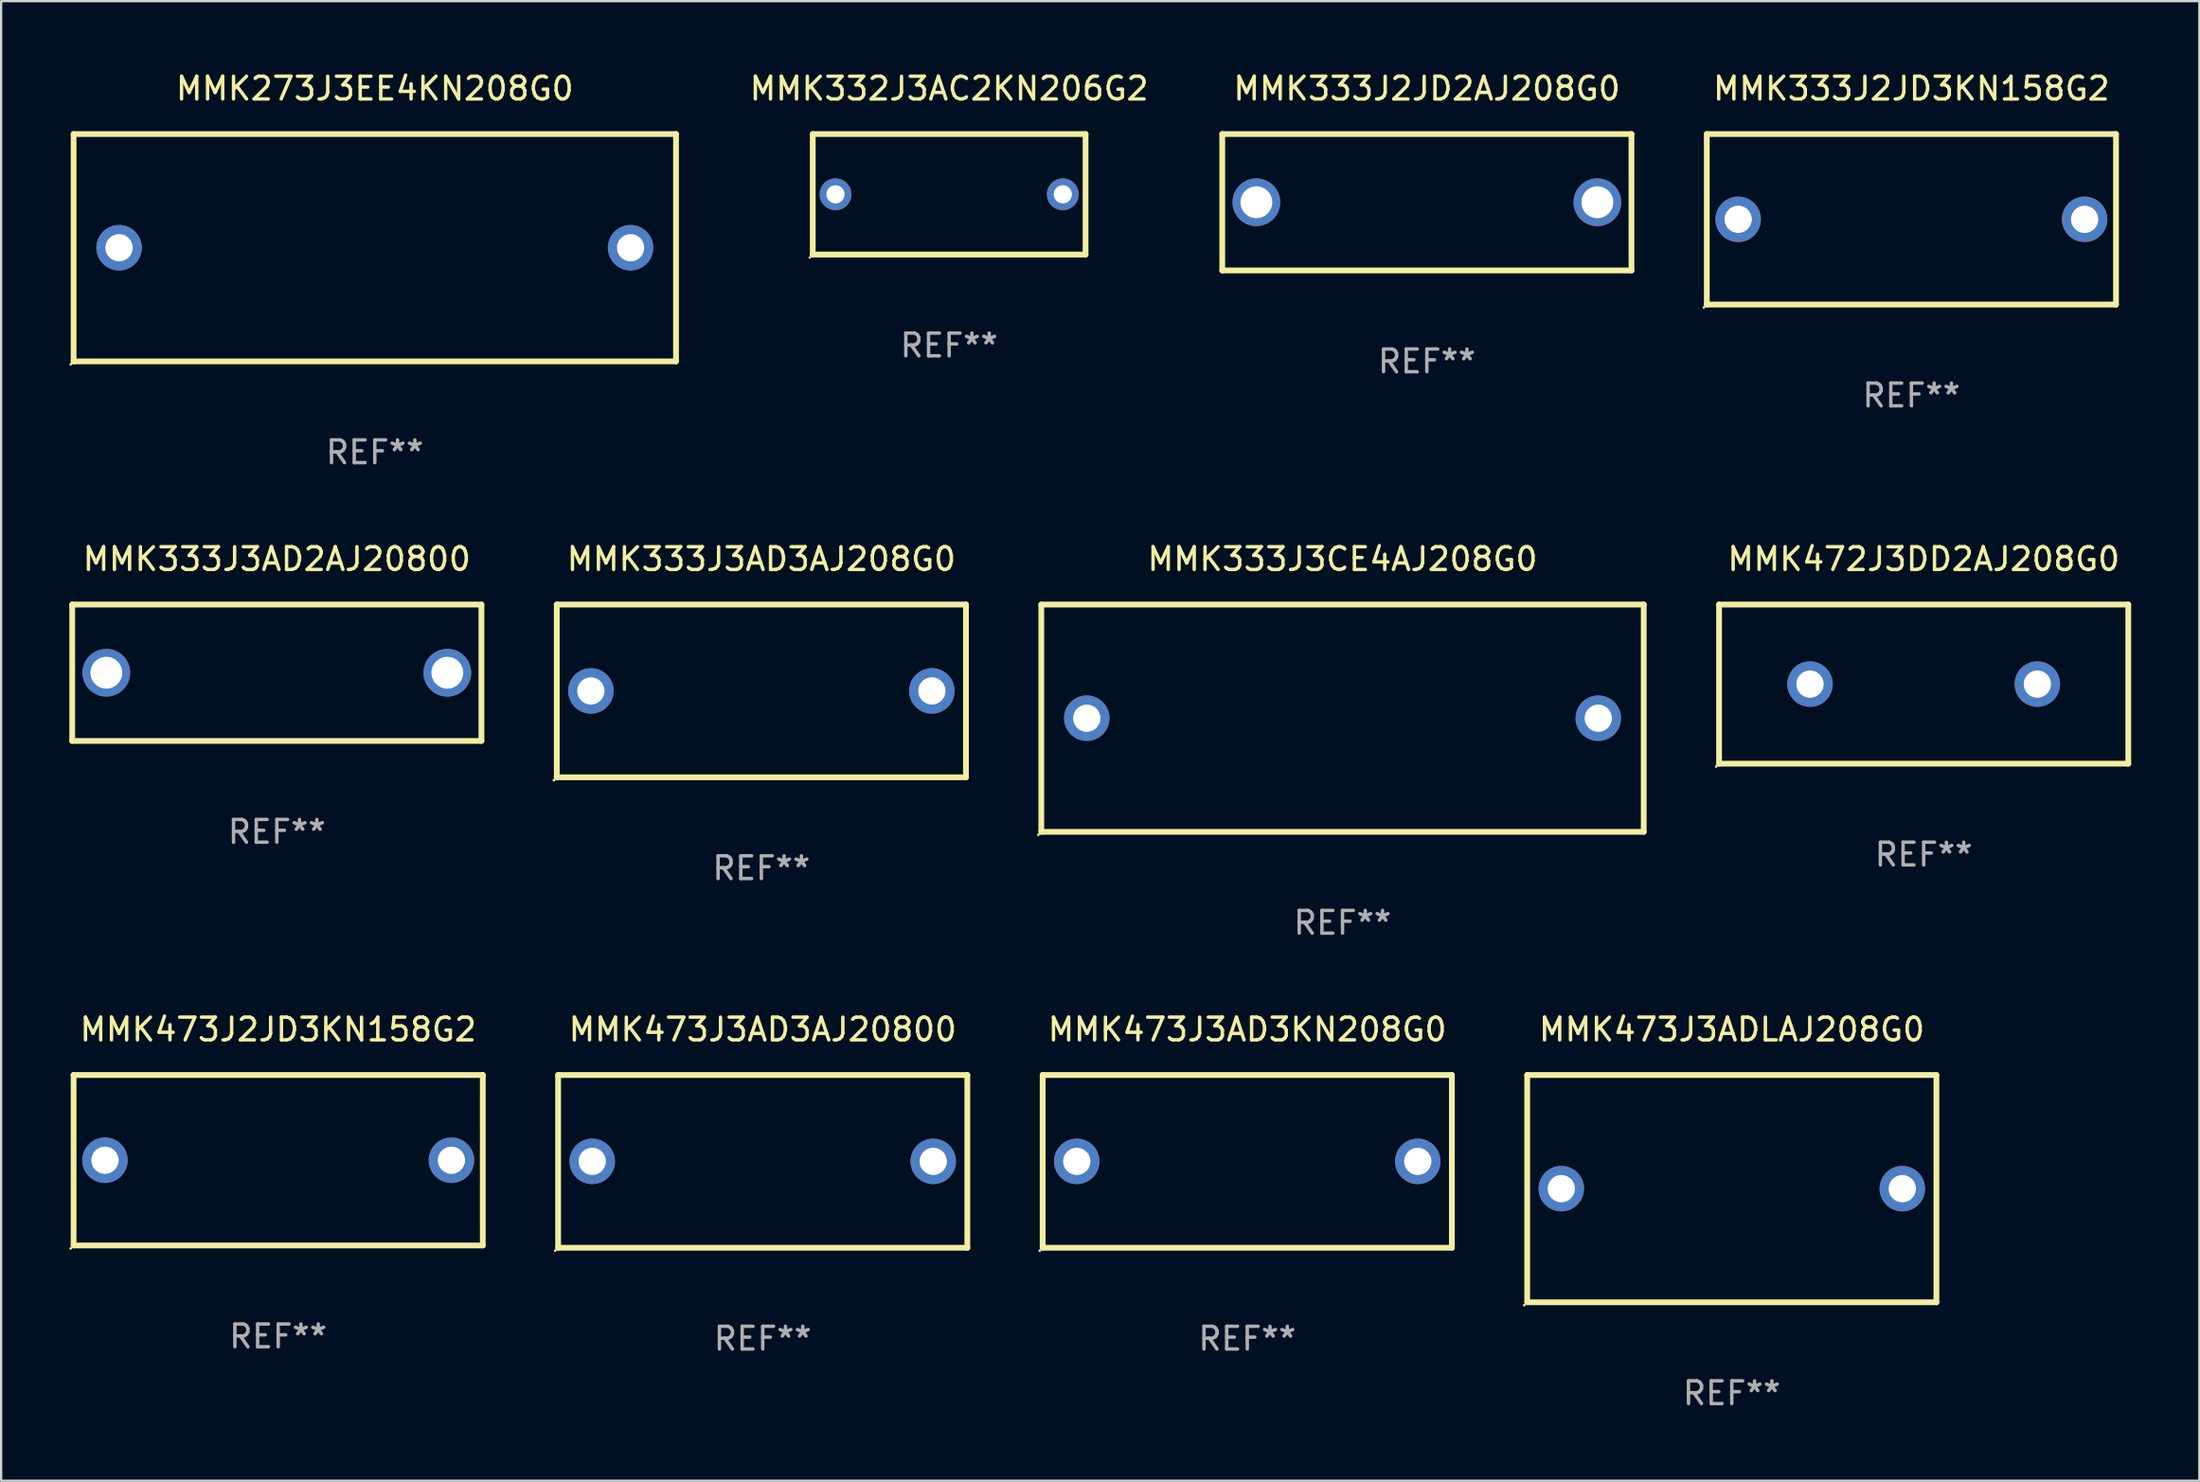
<source format=kicad_pcb>
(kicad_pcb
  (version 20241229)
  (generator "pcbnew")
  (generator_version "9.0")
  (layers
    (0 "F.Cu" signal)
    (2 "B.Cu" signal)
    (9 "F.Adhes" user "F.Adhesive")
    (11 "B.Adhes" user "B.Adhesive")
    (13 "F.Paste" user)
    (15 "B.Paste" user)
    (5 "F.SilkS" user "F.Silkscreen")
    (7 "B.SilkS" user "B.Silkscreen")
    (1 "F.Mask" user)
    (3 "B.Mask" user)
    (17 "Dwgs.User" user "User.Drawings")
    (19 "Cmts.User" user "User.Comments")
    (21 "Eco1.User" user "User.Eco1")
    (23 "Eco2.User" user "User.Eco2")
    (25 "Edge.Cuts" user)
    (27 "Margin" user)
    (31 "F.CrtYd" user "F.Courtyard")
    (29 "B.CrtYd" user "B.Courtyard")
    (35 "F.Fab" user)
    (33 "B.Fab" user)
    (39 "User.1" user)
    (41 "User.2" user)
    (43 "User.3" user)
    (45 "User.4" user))
  (footprint "MMK273J3EE4KN208G0"
    (layer "F.Cu")
    (at 13.437 7.848)
    (property "Reference" "MMK273J3EE4KN208G0" (at 0 -7 0) (layer "F.SilkS") (effects (font (size 1 1) (thickness 0.15))))
    (attr through_hole)
    (fp_line (start -13.25 -5) (end 13.25 -5) (stroke (width 0.254) (type solid)) (layer "F.SilkS"))
    (fp_line (start -13.25 5) (end -13.25 -5) (stroke (width 0.254) (type solid)) (layer "F.SilkS"))
    (fp_line (start 13.25 -5) (end 13.25 5) (stroke (width 0.254) (type solid)) (layer "F.SilkS"))
    (fp_line (start 13.25 5) (end -13.25 5) (stroke (width 0.254) (type solid)) (layer "F.SilkS"))
    (fp_circle (center -13.377 5.127) (end -13.347 5.127) (stroke (width 0.06) (type solid)) (fill no) (layer "F.SilkS"))
    (fp_text user "REF**" (at 0 9 0) (layer "F.Fab") (effects (font (size 1 1) (thickness 0.15))))
    (pad "1" thru_hole circle (at -11.25 0) (size 2 2) (drill 1.2) (layers "*.Cu" "*.Mask"))
    (pad "2" thru_hole circle (at 11.25 0) (size 2 2) (drill 1.2) (layers "*.Cu" "*.Mask")))
  (footprint "MMK473J2JD3KN158G2"
    (layer "F.Cu")
    (at 9.187 47.991)
    (property "Reference" "MMK473J2JD3KN158G2" (at 0 -5.75 0) (layer "F.SilkS") (effects (font (size 1 1) (thickness 0.15))))
    (attr through_hole)
    (fp_line (start -9 -3.75) (end 9 -3.75) (stroke (width 0.254) (type solid)) (layer "F.SilkS"))
    (fp_line (start -9 3.75) (end -9 -3.75) (stroke (width 0.254) (type solid)) (layer "F.SilkS"))
    (fp_line (start 9 -3.75) (end 9 3.75) (stroke (width 0.254) (type solid)) (layer "F.SilkS"))
    (fp_line (start 9 3.75) (end -9 3.75) (stroke (width 0.254) (type solid)) (layer "F.SilkS"))
    (fp_circle (center -9.127 3.877) (end -9.097 3.877) (stroke (width 0.06) (type solid)) (fill no) (layer "F.SilkS"))
    (fp_text user "REF**" (at 0 7.75 0) (layer "F.Fab") (effects (font (size 1 1) (thickness 0.15))))
    (pad "1" thru_hole circle (at -7.62 0) (size 2 2) (drill 1.2) (layers "*.Cu" "*.Mask"))
    (pad "2" thru_hole circle (at 7.62 0) (size 2 2) (drill 1.2) (layers "*.Cu" "*.Mask")))
  (footprint "MMK333J3CE4AJ208G0"
    (layer "F.Cu")
    (at 56.005 28.545)
    (property "Reference" "MMK333J3CE4AJ208G0" (at 0 -7 0) (layer "F.SilkS") (effects (font (size 1 1) (thickness 0.15))))
    (attr through_hole)
    (fp_line (start -13.25 -5) (end 13.25 -5) (stroke (width 0.254) (type solid)) (layer "F.SilkS"))
    (fp_line (start -13.25 5) (end -13.25 -5) (stroke (width 0.254) (type solid)) (layer "F.SilkS"))
    (fp_line (start 13.25 -5) (end 13.25 5) (stroke (width 0.254) (type solid)) (layer "F.SilkS"))
    (fp_line (start 13.25 5) (end -13.25 5) (stroke (width 0.254) (type solid)) (layer "F.SilkS"))
    (fp_circle (center -13.377 5.127) (end -13.347 5.127) (stroke (width 0.06) (type solid)) (fill no) (layer "F.SilkS"))
    (fp_text user "REF**" (at 0 9 0) (layer "F.Fab") (effects (font (size 1 1) (thickness 0.15))))
    (pad "1" thru_hole circle (at -11.25 0) (size 2 2) (drill 1.2) (layers "*.Cu" "*.Mask"))
    (pad "2" thru_hole circle (at 11.25 0) (size 2 2) (drill 1.2) (layers "*.Cu" "*.Mask")))
  (footprint "MMK332J3AC2KN206G2"
    (layer "F.Cu")
    (at 38.701 5.498)
    (property "Reference" "MMK332J3AC2KN206G2" (at 0 -4.65 0) (layer "F.SilkS") (effects (font (size 1 1) (thickness 0.15))))
    (attr through_hole)
    (fp_line (start -6 -2.65) (end -6 2.65) (stroke (width 0.254) (type solid)) (layer "F.SilkS"))
    (fp_line (start -6 -2.65) (end 6 -2.65) (stroke (width 0.254) (type solid)) (layer "F.SilkS"))
    (fp_line (start 6 -2.65) (end 6 2.65) (stroke (width 0.254) (type solid)) (layer "F.SilkS"))
    (fp_line (start 6 2.65) (end -6 2.65) (stroke (width 0.254) (type solid)) (layer "F.SilkS"))
    (fp_circle (center -6.127 2.777) (end -6.097 2.777) (stroke (width 0.06) (type solid)) (fill no) (layer "F.SilkS"))
    (fp_text user "REF**" (at 0 6.65 0) (layer "F.Fab") (effects (font (size 1 1) (thickness 0.15))))
    (pad "1" thru_hole circle (at -5 0) (size 1.4 1.4) (drill 0.8) (layers "*.Cu" "*.Mask"))
    (pad "2" thru_hole circle (at 5 0) (size 1.4 1.4) (drill 0.8) (layers "*.Cu" "*.Mask")))
  (footprint "MMK473J3AD3AJ20800"
    (layer "F.Cu")
    (at 30.501 48.041)
    (property "Reference" "MMK473J3AD3AJ20800" (at 0 -5.8 0) (layer "F.SilkS") (effects (font (size 1 1) (thickness 0.15))))
    (attr through_hole)
    (fp_line (start -9 -3.8) (end -9 3.8) (stroke (width 0.254) (type solid)) (layer "F.SilkS"))
    (fp_line (start -9 -3.8) (end 9 -3.8) (stroke (width 0.254) (type solid)) (layer "F.SilkS"))
    (fp_line (start 9 -3.8) (end 9 3.8) (stroke (width 0.254) (type solid)) (layer "F.SilkS"))
    (fp_line (start 9 3.8) (end -9 3.8) (stroke (width 0.254) (type solid)) (layer "F.SilkS"))
    (fp_circle (center -9.127 3.927) (end -9.097 3.927) (stroke (width 0.06) (type solid)) (fill no) (layer "F.SilkS"))
    (fp_text user "REF**" (at 0 7.8 0) (layer "F.Fab") (effects (font (size 1 1) (thickness 0.15))))
    (pad "1" thru_hole circle (at -7.5 0) (size 2 2) (drill 1.2) (layers "*.Cu" "*.Mask"))
    (pad "2" thru_hole circle (at 7.5 0) (size 2 2) (drill 1.2) (layers "*.Cu" "*.Mask")))
  (footprint "MMK473J3ADLAJ208G0"
    (layer "F.Cu")
    (at 73.129 49.241)
    (property "Reference" "MMK473J3ADLAJ208G0" (at 0 -7 0) (layer "F.SilkS") (effects (font (size 1 1) (thickness 0.15))))
    (attr through_hole)
    (fp_line (start -9 -5) (end -9 4.98) (stroke (width 0.254) (type solid)) (layer "F.SilkS"))
    (fp_line (start -9 -5) (end 9 -5) (stroke (width 0.254) (type solid)) (layer "F.SilkS"))
    (fp_line (start -9 5) (end 9 5) (stroke (width 0.254) (type solid)) (layer "F.SilkS"))
    (fp_line (start 9 -5) (end 9 5) (stroke (width 0.254) (type solid)) (layer "F.SilkS"))
    (fp_circle (center -9.127 5.127) (end -9.097 5.127) (stroke (width 0.06) (type solid)) (fill no) (layer "F.SilkS"))
    (fp_text user "REF**" (at 0 9 0) (layer "F.Fab") (effects (font (size 1 1) (thickness 0.15))))
    (pad "1" thru_hole circle (at -7.5 0) (size 2 2) (drill 1.2) (layers "*.Cu" "*.Mask"))
    (pad "2" thru_hole circle (at 7.5 0) (size 2 2) (drill 1.2) (layers "*.Cu" "*.Mask")))
  (footprint "MMK333J2JD3KN158G2"
    (layer "F.Cu")
    (at 81.029 6.598)
    (property "Reference" "MMK333J2JD3KN158G2" (at 0 -5.75 0) (layer "F.SilkS") (effects (font (size 1 1) (thickness 0.15))))
    (attr through_hole)
    (fp_line (start -9 -3.75) (end 9 -3.75) (stroke (width 0.254) (type solid)) (layer "F.SilkS"))
    (fp_line (start -9 3.75) (end -9 -3.75) (stroke (width 0.254) (type solid)) (layer "F.SilkS"))
    (fp_line (start 9 -3.75) (end 9 3.75) (stroke (width 0.254) (type solid)) (layer "F.SilkS"))
    (fp_line (start 9 3.75) (end -9 3.75) (stroke (width 0.254) (type solid)) (layer "F.SilkS"))
    (fp_circle (center -9.127 3.877) (end -9.097 3.877) (stroke (width 0.06) (type solid)) (fill no) (layer "F.SilkS"))
    (fp_text user "REF**" (at 0 7.75 0) (layer "F.Fab") (effects (font (size 1 1) (thickness 0.15))))
    (pad "1" thru_hole circle (at -7.62 0) (size 2 2) (drill 1.2) (layers "*.Cu" "*.Mask"))
    (pad "2" thru_hole circle (at 7.62 0) (size 2 2) (drill 1.2) (layers "*.Cu" "*.Mask")))
  (footprint "MMK333J3AD3AJ208G0"
    (layer "F.Cu")
    (at 30.441 27.345)
    (property "Reference" "MMK333J3AD3AJ208G0" (at 0 -5.8 0) (layer "F.SilkS") (effects (font (size 1 1) (thickness 0.15))))
    (attr through_hole)
    (fp_line (start -9 -3.8) (end -9 3.8) (stroke (width 0.254) (type solid)) (layer "F.SilkS"))
    (fp_line (start -9 -3.8) (end 9 -3.8) (stroke (width 0.254) (type solid)) (layer "F.SilkS"))
    (fp_line (start 9 -3.8) (end 9 3.8) (stroke (width 0.254) (type solid)) (layer "F.SilkS"))
    (fp_line (start 9 3.8) (end -9 3.8) (stroke (width 0.254) (type solid)) (layer "F.SilkS"))
    (fp_circle (center -9.127 3.927) (end -9.097 3.927) (stroke (width 0.06) (type solid)) (fill no) (layer "F.SilkS"))
    (fp_text user "REF**" (at 0 7.8 0) (layer "F.Fab") (effects (font (size 1 1) (thickness 0.15))))
    (pad "1" thru_hole circle (at -7.5 0) (size 2 2) (drill 1.2) (layers "*.Cu" "*.Mask"))
    (pad "2" thru_hole circle (at 7.5 0) (size 2 2) (drill 1.2) (layers "*.Cu" "*.Mask")))
  (footprint "MMK333J2JD2AJ208G0"
    (layer "F.Cu")
    (at 59.715 5.848)
    (property "Reference" "MMK333J2JD2AJ208G0" (at 0 -5 0) (layer "F.SilkS") (effects (font (size 1 1) (thickness 0.15))))
    (attr through_hole)
    (fp_line (start -9 -3) (end 9 -3) (stroke (width 0.254) (type solid)) (layer "F.SilkS"))
    (fp_line (start -9 3) (end -9 -3) (stroke (width 0.254) (type solid)) (layer "F.SilkS"))
    (fp_line (start 9 -3) (end 9 3) (stroke (width 0.254) (type solid)) (layer "F.SilkS"))
    (fp_line (start 9 3) (end -9 3) (stroke (width 0.254) (type solid)) (layer "F.SilkS"))
    (fp_circle (center -9 3) (end -8.97 3) (stroke (width 0.06) (type solid)) (fill no) (layer "F.SilkS"))
    (fp_text user "REF**" (at 0 7 0) (layer "F.Fab") (effects (font (size 1 1) (thickness 0.15))))
    (pad "1" thru_hole circle (at -7.5 0) (size 2.1 2.1) (drill 1.4) (layers "*.Cu" "*.Mask"))
    (pad "2" thru_hole circle (at 7.5 0) (size 2.1 2.1) (drill 1.4) (layers "*.Cu" "*.Mask")))
  (footprint "MMK473J3AD3KN208G0"
    (layer "F.Cu")
    (at 51.815 48.041)
    (property "Reference" "MMK473J3AD3KN208G0" (at 0 -5.8 0) (layer "F.SilkS") (effects (font (size 1 1) (thickness 0.15))))
    (attr through_hole)
    (fp_line (start -9 -3.8) (end -9 3.8) (stroke (width 0.254) (type solid)) (layer "F.SilkS"))
    (fp_line (start -9 -3.8) (end 9 -3.8) (stroke (width 0.254) (type solid)) (layer "F.SilkS"))
    (fp_line (start 9 -3.8) (end 9 3.8) (stroke (width 0.254) (type solid)) (layer "F.SilkS"))
    (fp_line (start 9 3.8) (end -9 3.8) (stroke (width 0.254) (type solid)) (layer "F.SilkS"))
    (fp_circle (center -9.127 3.927) (end -9.097 3.927) (stroke (width 0.06) (type solid)) (fill no) (layer "F.SilkS"))
    (fp_text user "REF**" (at 0 7.8 0) (layer "F.Fab") (effects (font (size 1 1) (thickness 0.15))))
    (pad "1" thru_hole circle (at -7.5 0) (size 2 2) (drill 1.2) (layers "*.Cu" "*.Mask"))
    (pad "2" thru_hole circle (at 7.5 0) (size 2 2) (drill 1.2) (layers "*.Cu" "*.Mask")))
  (footprint "MMK472J3DD2AJ208G0"
    (layer "F.Cu")
    (at 81.569 27.045)
    (property "Reference" "MMK472J3DD2AJ208G0" (at 0 -5.5 0) (layer "F.SilkS") (effects (font (size 1 1) (thickness 0.15))))
    (attr through_hole)
    (fp_line (start -9 -3.5) (end 9 -3.5) (stroke (width 0.254) (type solid)) (layer "F.SilkS"))
    (fp_line (start -9 3.5) (end -9 -3.5) (stroke (width 0.254) (type solid)) (layer "F.SilkS"))
    (fp_line (start 9 -3.5) (end 9 3.5) (stroke (width 0.254) (type solid)) (layer "F.SilkS"))
    (fp_line (start 9 3.5) (end -9 3.5) (stroke (width 0.254) (type solid)) (layer "F.SilkS"))
    (fp_circle (center -9.127 3.627) (end -9.097 3.627) (stroke (width 0.06) (type solid)) (fill no) (layer "F.SilkS"))
    (fp_text user "REF**" (at 0 7.5 0) (layer "F.Fab") (effects (font (size 1 1) (thickness 0.15))))
    (pad "1" thru_hole circle (at -5 0) (size 2 2) (drill 1.2) (layers "*.Cu" "*.Mask"))
    (pad "2" thru_hole circle (at 5 0) (size 2 2) (drill 1.2) (layers "*.Cu" "*.Mask")))
  (footprint "MMK333J3AD2AJ20800"
    (layer "F.Cu")
    (at 9.127 26.545)
    (property "Reference" "MMK333J3AD2AJ20800" (at 0 -5 0) (layer "F.SilkS") (effects (font (size 1 1) (thickness 0.15))))
    (attr through_hole)
    (fp_line (start -9 -3) (end 9 -3) (stroke (width 0.254) (type solid)) (layer "F.SilkS"))
    (fp_line (start -9 3) (end -9 -3) (stroke (width 0.254) (type solid)) (layer "F.SilkS"))
    (fp_line (start 9 -3) (end 9 3) (stroke (width 0.254) (type solid)) (layer "F.SilkS"))
    (fp_line (start 9 3) (end -9 3) (stroke (width 0.254) (type solid)) (layer "F.SilkS"))
    (fp_circle (center -9 3) (end -8.97 3) (stroke (width 0.06) (type solid)) (fill no) (layer "F.SilkS"))
    (fp_text user "REF**" (at 0 7 0) (layer "F.Fab") (effects (font (size 1 1) (thickness 0.15))))
    (pad "1" thru_hole circle (at -7.5 0) (size 2.1 2.1) (drill 1.4) (layers "*.Cu" "*.Mask"))
    (pad "2" thru_hole circle (at 7.5 0) (size 2.1 2.1) (drill 1.4) (layers "*.Cu" "*.Mask")))
  (gr_rect
    (start -3 -3)
    (end 93.696 62.09)
    (stroke (width 0.1) (type default))
    (fill no)
    (layer "Edge.Cuts")))
</source>
